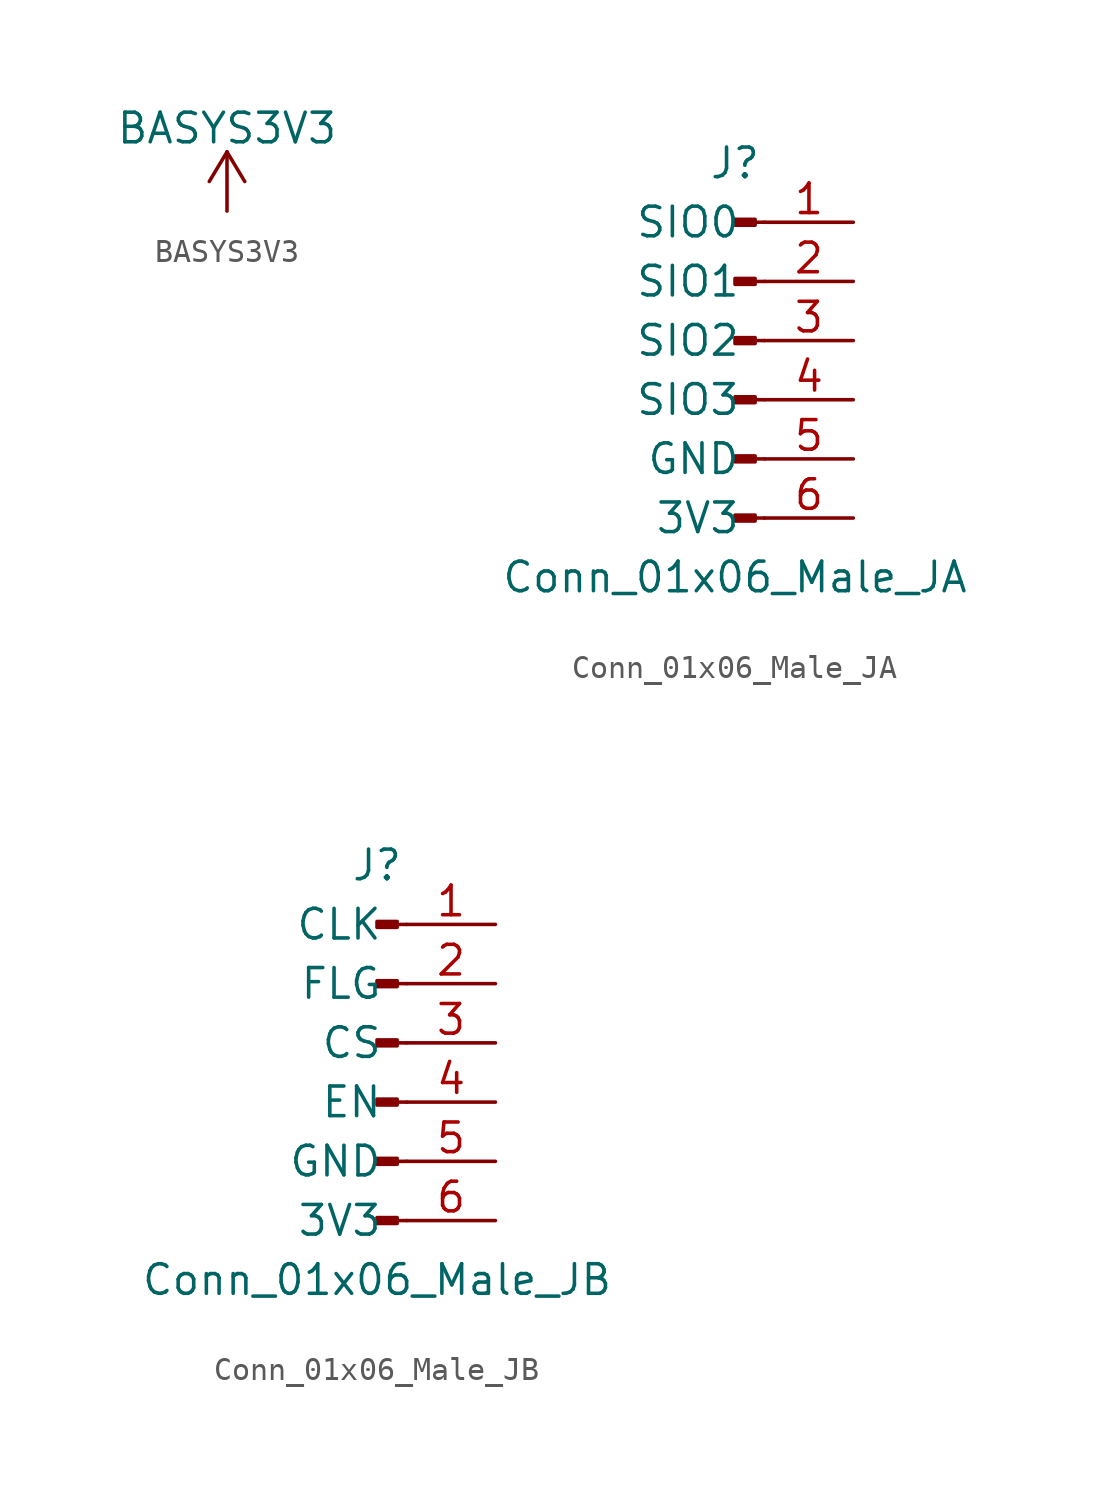
<source format=kicad_sym>
(kicad_symbol_lib
  (version 20211014)
  (generator kicad_symbol_editor)
  (symbol "BASYS3V3"
    (power)
    (pin_names
      (offset 0))
    (property "Reference" "#PWR"
      (at 0 -3.81 0)
      (effects (font (size 1.27 1.27)) hide))
    (property "Value" "BASYS3V3"
      (at 0 3.556 0)
      (effects (font (size 1.27 1.27))))
    (symbol "BASYS3V3_0_1"
      (polyline (pts (xy -0.762 1.27) (xy 0 2.54)) (stroke (width 0) (type default) (color 0 0 0 0)) (fill (type none)))
      (polyline (pts (xy 0 0) (xy 0 2.54)) (stroke (width 0) (type default) (color 0 0 0 0)) (fill (type none)))
      (polyline (pts (xy 0 2.54) (xy 0.762 1.27)) (stroke (width 0) (type default) (color 0 0 0 0)) (fill (type none))))
    (symbol "BASYS3V3_1_1"
      (pin power_in line (at 0 0 90) (length 0) hide (name "+3V3" (effects (font (size 1.27 1.27)))) (number "1" (effects (font (size 1.27 1.27)))))))
  (symbol "Conn_01x06_Male_JA"
    (pin_names
      (offset 1.016))
    (property "Reference" "J"
      (at 0 7.62 0)
      (effects (font (size 1.27 1.27))))
    (property "Value" "Conn_01x06_Male_JA"
      (at 0 -10.16 0)
      (effects (font (size 1.27 1.27))))
    (symbol "Conn_01x06_Male_JA_1_1"
      (polyline (pts (xy 1.27 -7.62) (xy 0.864 -7.62)) (stroke (width 0.152) (type default) (color 0 0 0 0)) (fill (type none)))
      (polyline (pts (xy 1.27 -5.08) (xy 0.864 -5.08)) (stroke (width 0.152) (type default) (color 0 0 0 0)) (fill (type none)))
      (polyline (pts (xy 1.27 -2.54) (xy 0.864 -2.54)) (stroke (width 0.152) (type default) (color 0 0 0 0)) (fill (type none)))
      (polyline (pts (xy 1.27 0) (xy 0.864 0)) (stroke (width 0.152) (type default) (color 0 0 0 0)) (fill (type none)))
      (polyline (pts (xy 1.27 2.54) (xy 0.864 2.54)) (stroke (width 0.152) (type default) (color 0 0 0 0)) (fill (type none)))
      (polyline (pts (xy 1.27 5.08) (xy 0.864 5.08)) (stroke (width 0.152) (type default) (color 0 0 0 0)) (fill (type none)))
      (rectangle (start 0.864 -7.493) (end 0 -7.747) (stroke (width 0.152) (type default) (color 0 0 0 0)) (fill (type outline)))
      (rectangle (start 0.864 -4.953) (end 0 -5.207) (stroke (width 0.152) (type default) (color 0 0 0 0)) (fill (type outline)))
      (rectangle (start 0.864 -2.413) (end 0 -2.667) (stroke (width 0.152) (type default) (color 0 0 0 0)) (fill (type outline)))
      (rectangle (start 0.864 0.127) (end 0 -0.127) (stroke (width 0.152) (type default) (color 0 0 0 0)) (fill (type outline)))
      (rectangle (start 0.864 2.667) (end 0 2.413) (stroke (width 0.152) (type default) (color 0 0 0 0)) (fill (type outline)))
      (rectangle (start 0.864 5.207) (end 0 4.953) (stroke (width 0.152) (type default) (color 0 0 0 0)) (fill (type outline)))
      (pin bidirectional line (at 5.08 5.08 180) (length 3.81) (name "SIO0" (effects (font (size 1.27 1.27)))) (number "1" (effects (font (size 1.27 1.27)))))
      (pin bidirectional line (at 5.08 2.54 180) (length 3.81) (name "SIO1" (effects (font (size 1.27 1.27)))) (number "2" (effects (font (size 1.27 1.27)))))
      (pin bidirectional line (at 5.08 0 180) (length 3.81) (name "SIO2" (effects (font (size 1.27 1.27)))) (number "3" (effects (font (size 1.27 1.27)))))
      (pin bidirectional line (at 5.08 -2.54 180) (length 3.81) (name "SIO3" (effects (font (size 1.27 1.27)))) (number "4" (effects (font (size 1.27 1.27)))))
      (pin power_out line (at 5.08 -5.08 180) (length 3.81) (name "GND" (effects (font (size 1.27 1.27)))) (number "5" (effects (font (size 1.27 1.27)))))
      (pin power_out line (at 5.08 -7.62 180) (length 3.81) (name "3V3" (effects (font (size 1.27 1.27)))) (number "6" (effects (font (size 1.27 1.27)))))))
  (symbol "Conn_01x06_Male_JB"
    (pin_names
      (offset 1.016))
    (property "Reference" "J"
      (at 0 7.62 0)
      (effects (font (size 1.27 1.27))))
    (property "Value" "Conn_01x06_Male_JB"
      (at 0 -10.16 0)
      (effects (font (size 1.27 1.27))))
    (symbol "Conn_01x06_Male_JB_1_1"
      (polyline (pts (xy 1.27 -7.62) (xy 0.864 -7.62)) (stroke (width 0.152) (type default) (color 0 0 0 0)) (fill (type none)))
      (polyline (pts (xy 1.27 -5.08) (xy 0.864 -5.08)) (stroke (width 0.152) (type default) (color 0 0 0 0)) (fill (type none)))
      (polyline (pts (xy 1.27 -2.54) (xy 0.864 -2.54)) (stroke (width 0.152) (type default) (color 0 0 0 0)) (fill (type none)))
      (polyline (pts (xy 1.27 0) (xy 0.864 0)) (stroke (width 0.152) (type default) (color 0 0 0 0)) (fill (type none)))
      (polyline (pts (xy 1.27 2.54) (xy 0.864 2.54)) (stroke (width 0.152) (type default) (color 0 0 0 0)) (fill (type none)))
      (polyline (pts (xy 1.27 5.08) (xy 0.864 5.08)) (stroke (width 0.152) (type default) (color 0 0 0 0)) (fill (type none)))
      (rectangle (start 0.864 -7.493) (end 0 -7.747) (stroke (width 0.152) (type default) (color 0 0 0 0)) (fill (type outline)))
      (rectangle (start 0.864 -4.953) (end 0 -5.207) (stroke (width 0.152) (type default) (color 0 0 0 0)) (fill (type outline)))
      (rectangle (start 0.864 -2.413) (end 0 -2.667) (stroke (width 0.152) (type default) (color 0 0 0 0)) (fill (type outline)))
      (rectangle (start 0.864 0.127) (end 0 -0.127) (stroke (width 0.152) (type default) (color 0 0 0 0)) (fill (type outline)))
      (rectangle (start 0.864 2.667) (end 0 2.413) (stroke (width 0.152) (type default) (color 0 0 0 0)) (fill (type outline)))
      (rectangle (start 0.864 5.207) (end 0 4.953) (stroke (width 0.152) (type default) (color 0 0 0 0)) (fill (type outline)))
      (pin output line (at 5.08 5.08 180) (length 3.81) (name "CLK" (effects (font (size 1.27 1.27)))) (number "1" (effects (font (size 1.27 1.27)))))
      (pin input line (at 5.08 2.54 180) (length 3.81) (name "FLG" (effects (font (size 1.27 1.27)))) (number "2" (effects (font (size 1.27 1.27)))))
      (pin output line (at 5.08 0 180) (length 3.81) (name "CS" (effects (font (size 1.27 1.27)))) (number "3" (effects (font (size 1.27 1.27)))))
      (pin output line (at 5.08 -2.54 180) (length 3.81) (name "EN" (effects (font (size 1.27 1.27)))) (number "4" (effects (font (size 1.27 1.27)))))
      (pin power_out line (at 5.08 -5.08 180) (length 3.81) (name "GND" (effects (font (size 1.27 1.27)))) (number "5" (effects (font (size 1.27 1.27)))))
      (pin power_out line (at 5.08 -7.62 180) (length 3.81) (name "3V3" (effects (font (size 1.27 1.27)))) (number "6" (effects (font (size 1.27 1.27))))))))
</source>
